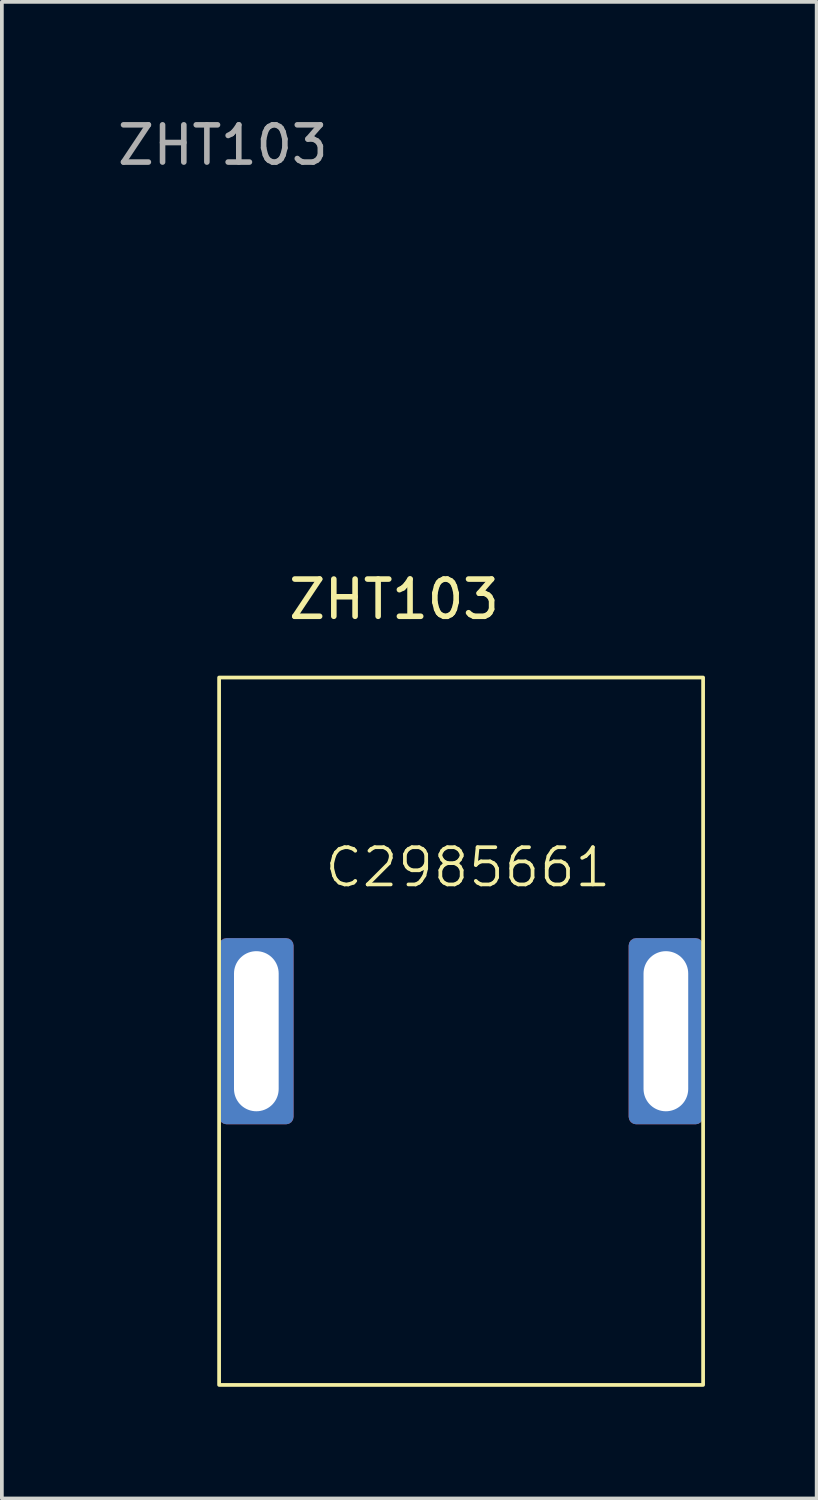
<source format=kicad_pcb>
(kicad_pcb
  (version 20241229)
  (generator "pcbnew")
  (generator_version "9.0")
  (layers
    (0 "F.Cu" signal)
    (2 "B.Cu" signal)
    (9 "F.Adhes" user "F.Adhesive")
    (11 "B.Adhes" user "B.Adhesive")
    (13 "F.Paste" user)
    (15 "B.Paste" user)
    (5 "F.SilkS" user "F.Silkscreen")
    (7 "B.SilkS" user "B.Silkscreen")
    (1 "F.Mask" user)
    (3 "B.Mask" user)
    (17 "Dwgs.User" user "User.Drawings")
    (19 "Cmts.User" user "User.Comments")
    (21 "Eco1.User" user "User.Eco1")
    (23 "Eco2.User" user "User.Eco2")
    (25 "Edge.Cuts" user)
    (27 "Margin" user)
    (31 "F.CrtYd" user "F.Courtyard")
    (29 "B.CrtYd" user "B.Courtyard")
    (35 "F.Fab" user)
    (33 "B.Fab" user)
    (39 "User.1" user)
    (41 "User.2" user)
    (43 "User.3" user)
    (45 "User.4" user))
  (footprint "ZHT103"
    (layer "F.Cu")
    (at 3.935 24.648)
    (property "Reference" "ZHT103" (at 3.6 -11.6 0) (layer "F.SilkS") (effects (font (size 1 1) (thickness 0.15))))
    (property "LCSC Part #" " C2985661" (at 5.2 -4.4 0) (unlocked yes) (layer "F.SilkS") (effects (font (size 1 1) (thickness 0.1))))
    (attr through_hole)
    (fp_rect (start -1.1 -9.5) (end 11.9 9.5) (stroke (width 0.1) (type default)) (fill no) (layer "F.SilkS"))
    (fp_text user "${REFERENCE}" (at -1 -23.8 0) (layer "F.Fab") (effects (font (size 1 1) (thickness 0.15))))
    (pad "1" thru_hole roundrect (at -0.1 0) (size 2 5) (drill oval 1.2 4.3) (layers "*.Cu" "*.Mask") (roundrect_rratio 0.1))
    (pad "2" thru_hole roundrect (at 10.9 0) (size 2 5) (drill oval 1.2 4.3) (layers "*.Cu" "*.Mask") (roundrect_rratio 0.1)))
  (gr_rect
    (start -3 -3)
    (end 18.885 37.198)
    (stroke (width 0.1) (type default))
    (fill no)
    (layer "Edge.Cuts")))
</source>
